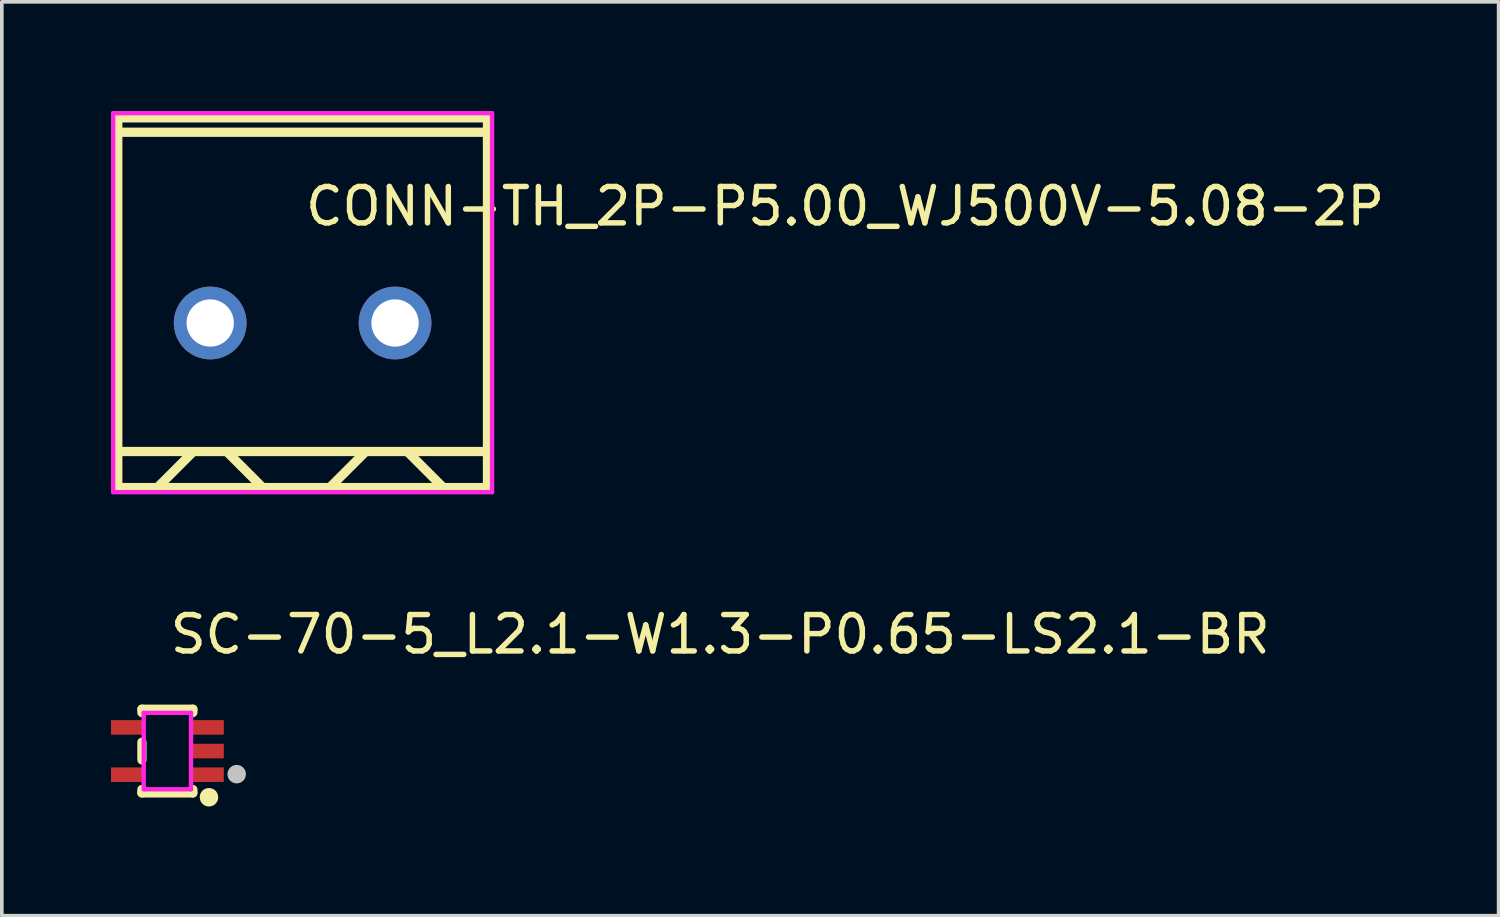
<source format=kicad_pcb>
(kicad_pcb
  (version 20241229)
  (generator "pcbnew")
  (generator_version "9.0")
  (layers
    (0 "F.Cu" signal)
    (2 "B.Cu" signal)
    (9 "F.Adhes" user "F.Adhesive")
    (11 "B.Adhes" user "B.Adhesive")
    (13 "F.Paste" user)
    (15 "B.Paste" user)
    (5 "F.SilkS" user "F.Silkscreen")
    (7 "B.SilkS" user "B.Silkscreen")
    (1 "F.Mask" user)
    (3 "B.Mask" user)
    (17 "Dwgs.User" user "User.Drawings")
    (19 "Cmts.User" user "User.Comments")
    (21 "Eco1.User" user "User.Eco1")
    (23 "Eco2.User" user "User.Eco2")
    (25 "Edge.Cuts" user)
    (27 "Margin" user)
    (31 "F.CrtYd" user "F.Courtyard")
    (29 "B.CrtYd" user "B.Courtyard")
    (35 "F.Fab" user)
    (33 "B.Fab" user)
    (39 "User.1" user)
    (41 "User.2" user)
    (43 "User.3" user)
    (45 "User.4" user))
  (footprint "CONN-TH_2P-P5.00_WJ500V-5.08-2P"
    (layer "F.Cu")
    (at 5.267 5.827)
    (property "Reference" "CONN-TH_2P-P5.00_WJ500V-5.08-2P" (at 0 -3.207 0) (layer "F.SilkS") (effects (font (size 1 1) (thickness 0.15)) (justify left)))
    (attr through_hole)
    (fp_line (start -5.08 4.52) (end -5.08 -5.64) (stroke (width 0.254) (type solid)) (layer "F.SilkS"))
    (fp_line (start -3.01 3.54) (end -3.97 4.5) (stroke (width 0.254) (type solid)) (layer "F.SilkS"))
    (fp_line (start -2.08 3.54) (end -1.12 4.5) (stroke (width 0.254) (type solid)) (layer "F.SilkS"))
    (fp_line (start 1.71 3.558) (end 0.75 4.518) (stroke (width 0.254) (type solid)) (layer "F.SilkS"))
    (fp_line (start 2.9 3.558) (end 3.86 4.518) (stroke (width 0.254) (type solid)) (layer "F.SilkS"))
    (fp_line (start 5.08 -5.638) (end -5.054 -5.638) (stroke (width 0.254) (type solid)) (layer "F.SilkS"))
    (fp_line (start 5.08 -5.243) (end -5.065 -5.243) (stroke (width 0.254) (type solid)) (layer "F.SilkS"))
    (fp_line (start 5.08 3.531) (end -5.036 3.531) (stroke (width 0.254) (type solid)) (layer "F.SilkS"))
    (fp_line (start 5.08 4.522) (end -5.054 4.522) (stroke (width 0.254) (type solid)) (layer "F.SilkS"))
    (fp_line (start 5.08 4.522) (end 5.08 -5.638) (stroke (width 0.254) (type solid)) (layer "F.SilkS"))
    (fp_circle (center -5.207 4.649) (end -5.177 4.649) (stroke (width 0.06) (type solid)) (fill no) (layer "Eco2.User"))
    (fp_circle (center -2.54 0) (end -2.265 0) (stroke (width 0.55) (type solid)) (fill no) (layer "Eco2.User"))
    (fp_circle (center 2.54 0) (end 2.815 0) (stroke (width 0.55) (type solid)) (fill no) (layer "Eco2.User"))
    (fp_line (start -5.207 -5.767) (end 5.207 -5.767) (stroke (width 0.12) (type solid)) (layer "F.CrtYd"))
    (fp_line (start -5.207 4.649) (end -5.207 -5.767) (stroke (width 0.12) (type solid)) (layer "F.CrtYd"))
    (fp_line (start 5.207 -5.767) (end 5.207 4.649) (stroke (width 0.12) (type solid)) (layer "F.CrtYd"))
    (fp_line (start 5.207 4.649) (end -5.207 4.649) (stroke (width 0.12) (type solid)) (layer "F.CrtYd"))
    (pad "1" thru_hole circle (at -2.54 0 180) (size 2 2) (drill 1.3) (layers "*.Cu" "*.Mask"))
    (pad "2" thru_hole circle (at 2.54 0 180) (size 2 2) (drill 1.3) (layers "*.Cu" "*.Mask")))
  (footprint "SC-70-5_L2.1-W1.3-P0.65-LS2.1-BR"
    (layer "F.Cu")
    (at 1.55 17.591)
    (property "Reference" "SC-70-5_L2.1-W1.3-P0.65-LS2.1-BR" (at 0 -3.207 0) (layer "F.SilkS") (effects (font (size 1 1) (thickness 0.15)) (justify left)))
    (attr through_hole)
    (fp_line (start -0.7 -1.15) (end 0.7 -1.15) (stroke (width 0.254) (type solid)) (layer "F.SilkS"))
    (fp_line (start -0.7 -1.058) (end -0.7 -1.15) (stroke (width 0.254) (type solid)) (layer "F.SilkS"))
    (fp_line (start -0.7 0.242) (end -0.7 -0.242) (stroke (width 0.254) (type solid)) (layer "F.SilkS"))
    (fp_line (start -0.7 1.15) (end -0.7 1.058) (stroke (width 0.254) (type solid)) (layer "F.SilkS"))
    (fp_line (start -0.7 1.15) (end 0.7 1.15) (stroke (width 0.254) (type solid)) (layer "F.SilkS"))
    (fp_line (start 0.7 -1.058) (end 0.7 -1.15) (stroke (width 0.254) (type solid)) (layer "F.SilkS"))
    (fp_line (start 0.7 1.15) (end 0.7 1.058) (stroke (width 0.254) (type solid)) (layer "F.SilkS"))
    (fp_circle (center 1.143 1.27) (end 1.27 1.27) (stroke (width 0.254) (type solid)) (fill no) (layer "F.SilkS"))
    (fp_circle (center 1.905 0.635) (end 2.032 0.635) (stroke (width 0.254) (type solid)) (fill no) (layer "Dwgs.User"))
    (fp_line (start -0.7 -0.762) (end -0.615 -0.762) (stroke (width 0.12) (type solid)) (layer "Eco2.User"))
    (fp_line (start -0.7 -0.537) (end -0.7 -0.762) (stroke (width 0.12) (type solid)) (layer "Eco2.User"))
    (fp_line (start -0.7 0.538) (end -0.615 0.538) (stroke (width 0.12) (type solid)) (layer "Eco2.User"))
    (fp_line (start -0.7 0.763) (end -0.7 0.538) (stroke (width 0.12) (type solid)) (layer "Eco2.User"))
    (fp_line (start -0.615 -0.762) (end -0.615 -0.537) (stroke (width 0.12) (type solid)) (layer "Eco2.User"))
    (fp_line (start -0.615 -0.537) (end -0.7 -0.537) (stroke (width 0.12) (type solid)) (layer "Eco2.User"))
    (fp_line (start -0.615 0.538) (end -0.615 0.763) (stroke (width 0.12) (type solid)) (layer "Eco2.User"))
    (fp_line (start -0.615 0.763) (end -0.7 0.763) (stroke (width 0.12) (type solid)) (layer "Eco2.User"))
    (fp_line (start 0.615 -0.762) (end 0.7 -0.762) (stroke (width 0.12) (type solid)) (layer "Eco2.User"))
    (fp_line (start 0.615 -0.537) (end 0.615 -0.762) (stroke (width 0.12) (type solid)) (layer "Eco2.User"))
    (fp_line (start 0.615 -0.112) (end 0.7 -0.112) (stroke (width 0.12) (type solid)) (layer "Eco2.User"))
    (fp_line (start 0.615 0.113) (end 0.615 -0.112) (stroke (width 0.12) (type solid)) (layer "Eco2.User"))
    (fp_line (start 0.615 0.538) (end 0.7 0.538) (stroke (width 0.12) (type solid)) (layer "Eco2.User"))
    (fp_line (start 0.615 0.763) (end 0.615 0.538) (stroke (width 0.12) (type solid)) (layer "Eco2.User"))
    (fp_line (start 0.7 -0.762) (end 0.7 -0.537) (stroke (width 0.12) (type solid)) (layer "Eco2.User"))
    (fp_line (start 0.7 -0.537) (end 0.615 -0.537) (stroke (width 0.12) (type solid)) (layer "Eco2.User"))
    (fp_line (start 0.7 -0.112) (end 0.7 0.113) (stroke (width 0.12) (type solid)) (layer "Eco2.User"))
    (fp_line (start 0.7 0.113) (end 0.615 0.113) (stroke (width 0.12) (type solid)) (layer "Eco2.User"))
    (fp_line (start 0.7 0.538) (end 0.7 0.763) (stroke (width 0.12) (type solid)) (layer "Eco2.User"))
    (fp_line (start 0.7 0.763) (end 0.615 0.763) (stroke (width 0.12) (type solid)) (layer "Eco2.User"))
    (fp_circle (center 1.053 1.052) (end 1.083 1.052) (stroke (width 0.06) (type solid)) (fill no) (layer "Eco2.User"))
    (fp_poly (pts (xy -1.05 -0.537) (xy -1.05 -0.762) (xy -0.69 -0.762) (xy -0.69 -0.537)) (stroke (width 0.12) (type solid)) (fill no) (layer "Eco2.User"))
    (fp_poly (pts (xy -1.05 0.763) (xy -1.05 0.538) (xy -0.69 0.538) (xy -0.69 0.763)) (stroke (width 0.12) (type solid)) (fill no) (layer "Eco2.User"))
    (fp_poly (pts (xy 0.69 -0.537) (xy 0.69 -0.762) (xy 1.05 -0.762) (xy 1.05 -0.537)) (stroke (width 0.12) (type solid)) (fill no) (layer "Eco2.User"))
    (fp_poly (pts (xy 0.69 0.113) (xy 0.69 -0.112) (xy 1.05 -0.112) (xy 1.05 0.113)) (stroke (width 0.12) (type solid)) (fill no) (layer "Eco2.User"))
    (fp_poly (pts (xy 0.69 0.763) (xy 0.69 0.538) (xy 1.05 0.538) (xy 1.05 0.763)) (stroke (width 0.12) (type solid)) (fill no) (layer "Eco2.User"))
    (fp_line (start -0.65 -1.05) (end 0.65 -1.05) (stroke (width 0.12) (type solid)) (layer "F.CrtYd"))
    (fp_line (start -0.65 1.05) (end -0.65 -1.05) (stroke (width 0.12) (type solid)) (layer "F.CrtYd"))
    (fp_line (start 0.65 -1.05) (end 0.65 1.05) (stroke (width 0.12) (type solid)) (layer "F.CrtYd"))
    (fp_line (start 0.65 1.05) (end -0.65 1.05) (stroke (width 0.12) (type solid)) (layer "F.CrtYd"))
    (pad "1" smd rect (at 1.1 0.65 90) (size 0.4 0.9) (layers "F.Cu" "F.Mask" "F.Paste"))
    (pad "2" smd rect (at 1.1 0 90) (size 0.4 0.9) (layers "F.Cu" "F.Mask" "F.Paste"))
    (pad "3" smd rect (at 1.1 -0.65 90) (size 0.4 0.9) (layers "F.Cu" "F.Mask" "F.Paste"))
    (pad "4" smd rect (at -1.1 -0.65 90) (size 0.4 0.9) (layers "F.Cu" "F.Mask" "F.Paste"))
    (pad "5" smd rect (at -1.1 0.65 90) (size 0.4 0.9) (layers "F.Cu" "F.Mask" "F.Paste")))
  (gr_rect
    (start -3 -3)
    (end 38.136 22.115)
    (stroke (width 0.1) (type default))
    (fill no)
    (layer "Edge.Cuts")))
</source>
